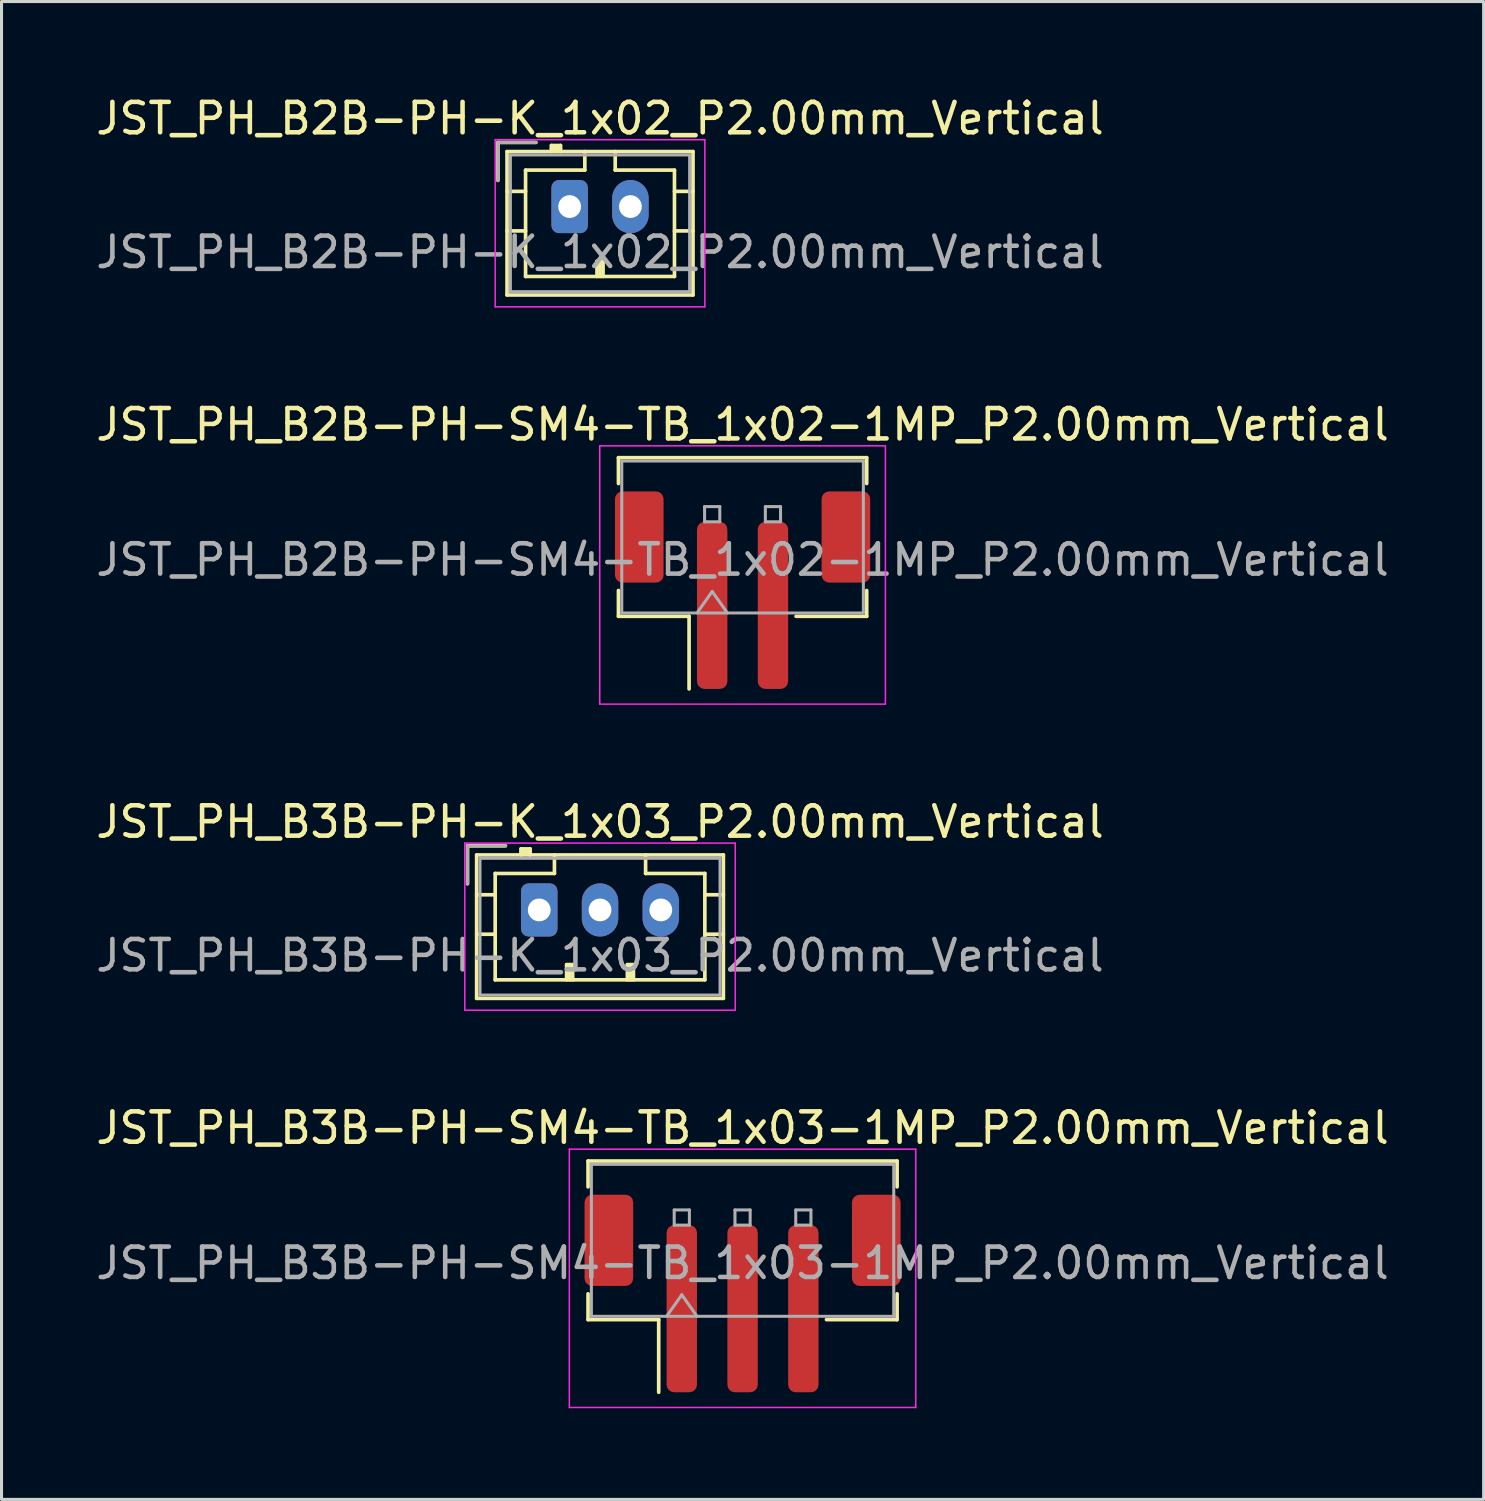
<source format=kicad_pcb>
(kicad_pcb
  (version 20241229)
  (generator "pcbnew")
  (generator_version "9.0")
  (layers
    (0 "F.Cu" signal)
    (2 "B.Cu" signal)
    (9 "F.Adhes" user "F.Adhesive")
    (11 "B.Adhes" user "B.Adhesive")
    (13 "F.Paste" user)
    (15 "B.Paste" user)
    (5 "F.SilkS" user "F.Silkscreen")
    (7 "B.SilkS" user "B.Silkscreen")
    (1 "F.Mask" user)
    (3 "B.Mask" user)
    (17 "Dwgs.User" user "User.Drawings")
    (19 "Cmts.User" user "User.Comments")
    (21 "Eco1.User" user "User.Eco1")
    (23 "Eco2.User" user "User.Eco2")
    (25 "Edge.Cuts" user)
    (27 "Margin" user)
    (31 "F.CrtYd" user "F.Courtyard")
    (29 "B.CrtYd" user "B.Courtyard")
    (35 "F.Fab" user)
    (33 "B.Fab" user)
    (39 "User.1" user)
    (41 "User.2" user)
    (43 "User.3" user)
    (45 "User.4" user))
  (footprint "JST_PH_B2B-PH-SM4-TB_1x02-1MP_P2.00mm_Vertical"
    (layer "F.Cu")
    (at 21.387 16.372)
    (property "Reference" "JST_PH_B2B-PH-SM4-TB_1x02-1MP_P2.00mm_Vertical" (at 0 -5.45 0) (layer "F.SilkS") (effects (font (size 1 1) (thickness 0.15))))
    (attr smd)
    (fp_line (start -4.085 -4.36) (end 4.085 -4.36) (stroke (width 0.12) (type solid)) (layer "F.SilkS"))
    (fp_line (start -4.085 -3.51) (end -4.085 -4.36) (stroke (width 0.12) (type solid)) (layer "F.SilkS"))
    (fp_line (start -4.085 0.01) (end -4.085 0.86) (stroke (width 0.12) (type solid)) (layer "F.SilkS"))
    (fp_line (start -4.085 0.86) (end -1.76 0.86) (stroke (width 0.12) (type solid)) (layer "F.SilkS"))
    (fp_line (start -1.76 0.86) (end -1.76 3.25) (stroke (width 0.12) (type solid)) (layer "F.SilkS"))
    (fp_line (start 4.085 -4.36) (end 4.085 -3.51) (stroke (width 0.12) (type solid)) (layer "F.SilkS"))
    (fp_line (start 4.085 0.01) (end 4.085 0.86) (stroke (width 0.12) (type solid)) (layer "F.SilkS"))
    (fp_line (start 4.085 0.86) (end 1.76 0.86) (stroke (width 0.12) (type solid)) (layer "F.SilkS"))
    (fp_line (start -4.7 -4.75) (end -4.7 3.75) (stroke (width 0.05) (type solid)) (layer "F.CrtYd"))
    (fp_line (start -4.7 3.75) (end 4.7 3.75) (stroke (width 0.05) (type solid)) (layer "F.CrtYd"))
    (fp_line (start 4.7 -4.75) (end -4.7 -4.75) (stroke (width 0.05) (type solid)) (layer "F.CrtYd"))
    (fp_line (start 4.7 3.75) (end 4.7 -4.75) (stroke (width 0.05) (type solid)) (layer "F.CrtYd"))
    (fp_line (start -3.975 -4.25) (end 3.975 -4.25) (stroke (width 0.1) (type solid)) (layer "F.Fab"))
    (fp_line (start -3.975 0.75) (end -3.975 -4.25) (stroke (width 0.1) (type solid)) (layer "F.Fab"))
    (fp_line (start -3.975 0.75) (end 3.975 0.75) (stroke (width 0.1) (type solid)) (layer "F.Fab"))
    (fp_line (start -1.5 0.75) (end -1 0.043) (stroke (width 0.1) (type solid)) (layer "F.Fab"))
    (fp_line (start -1.25 -2.75) (end -1.25 -2.25) (stroke (width 0.1) (type solid)) (layer "F.Fab"))
    (fp_line (start -1.25 -2.25) (end -0.75 -2.25) (stroke (width 0.1) (type solid)) (layer "F.Fab"))
    (fp_line (start -1 0.043) (end -0.5 0.75) (stroke (width 0.1) (type solid)) (layer "F.Fab"))
    (fp_line (start -0.75 -2.75) (end -1.25 -2.75) (stroke (width 0.1) (type solid)) (layer "F.Fab"))
    (fp_line (start -0.75 -2.25) (end -0.75 -2.75) (stroke (width 0.1) (type solid)) (layer "F.Fab"))
    (fp_line (start 0.75 -2.75) (end 0.75 -2.25) (stroke (width 0.1) (type solid)) (layer "F.Fab"))
    (fp_line (start 0.75 -2.25) (end 1.25 -2.25) (stroke (width 0.1) (type solid)) (layer "F.Fab"))
    (fp_line (start 1.25 -2.75) (end 0.75 -2.75) (stroke (width 0.1) (type solid)) (layer "F.Fab"))
    (fp_line (start 1.25 -2.25) (end 1.25 -2.75) (stroke (width 0.1) (type solid)) (layer "F.Fab"))
    (fp_line (start 3.975 0.75) (end 3.975 -4.25) (stroke (width 0.1) (type solid)) (layer "F.Fab"))
    (fp_text user "${REFERENCE}" (at 0 -1 0) (layer "F.Fab") (effects (font (size 1 1) (thickness 0.15))))
    (pad "1" smd roundrect (at -1 0.5) (size 1 5.5) (layers "F.Cu" "F.Mask" "F.Paste") (roundrect_rratio 0.25))
    (pad "2" smd roundrect (at 1 0.5) (size 1 5.5) (layers "F.Cu" "F.Mask" "F.Paste") (roundrect_rratio 0.25))
    (pad "MP" smd roundrect (at -3.4 -1.75) (size 1.6 3) (layers "F.Cu" "F.Mask" "F.Paste") (roundrect_rratio 0.156))
    (pad "MP" smd roundrect (at 3.4 -1.75) (size 1.6 3) (layers "F.Cu" "F.Mask" "F.Paste") (roundrect_rratio 0.156)))
  (footprint "JST_PH_B3B-PH-K_1x03_P2.00mm_Vertical"
    (layer "F.Cu")
    (at 14.696 26.895)
    (property "Reference" "JST_PH_B3B-PH-K_1x03_P2.00mm_Vertical" (at 2 -2.9 0) (layer "F.SilkS") (effects (font (size 1 1) (thickness 0.15))))
    (attr through_hole)
    (fp_line (start -2.36 -2.11) (end -2.36 -0.86) (stroke (width 0.12) (type solid)) (layer "F.SilkS"))
    (fp_line (start -2.06 -1.81) (end -2.06 2.91) (stroke (width 0.12) (type solid)) (layer "F.SilkS"))
    (fp_line (start -2.06 -0.5) (end -1.45 -0.5) (stroke (width 0.12) (type solid)) (layer "F.SilkS"))
    (fp_line (start -2.06 0.8) (end -1.45 0.8) (stroke (width 0.12) (type solid)) (layer "F.SilkS"))
    (fp_line (start -2.06 2.91) (end 6.06 2.91) (stroke (width 0.12) (type solid)) (layer "F.SilkS"))
    (fp_line (start -1.45 -1.2) (end -1.45 2.3) (stroke (width 0.12) (type solid)) (layer "F.SilkS"))
    (fp_line (start -1.45 2.3) (end 5.45 2.3) (stroke (width 0.12) (type solid)) (layer "F.SilkS"))
    (fp_line (start -1.11 -2.11) (end -2.36 -2.11) (stroke (width 0.12) (type solid)) (layer "F.SilkS"))
    (fp_line (start -0.6 -2.01) (end -0.6 -1.81) (stroke (width 0.12) (type solid)) (layer "F.SilkS"))
    (fp_line (start -0.3 -2.01) (end -0.6 -2.01) (stroke (width 0.12) (type solid)) (layer "F.SilkS"))
    (fp_line (start -0.3 -1.91) (end -0.6 -1.91) (stroke (width 0.12) (type solid)) (layer "F.SilkS"))
    (fp_line (start -0.3 -1.81) (end -0.3 -2.01) (stroke (width 0.12) (type solid)) (layer "F.SilkS"))
    (fp_line (start 0.5 -1.81) (end 0.5 -1.2) (stroke (width 0.12) (type solid)) (layer "F.SilkS"))
    (fp_line (start 0.5 -1.2) (end -1.45 -1.2) (stroke (width 0.12) (type solid)) (layer "F.SilkS"))
    (fp_line (start 0.9 1.8) (end 1.1 1.8) (stroke (width 0.12) (type solid)) (layer "F.SilkS"))
    (fp_line (start 0.9 2.3) (end 0.9 1.8) (stroke (width 0.12) (type solid)) (layer "F.SilkS"))
    (fp_line (start 1 2.3) (end 1 1.8) (stroke (width 0.12) (type solid)) (layer "F.SilkS"))
    (fp_line (start 1.1 1.8) (end 1.1 2.3) (stroke (width 0.12) (type solid)) (layer "F.SilkS"))
    (fp_line (start 2.9 1.8) (end 3.1 1.8) (stroke (width 0.12) (type solid)) (layer "F.SilkS"))
    (fp_line (start 2.9 2.3) (end 2.9 1.8) (stroke (width 0.12) (type solid)) (layer "F.SilkS"))
    (fp_line (start 3 2.3) (end 3 1.8) (stroke (width 0.12) (type solid)) (layer "F.SilkS"))
    (fp_line (start 3.1 1.8) (end 3.1 2.3) (stroke (width 0.12) (type solid)) (layer "F.SilkS"))
    (fp_line (start 3.5 -1.2) (end 3.5 -1.81) (stroke (width 0.12) (type solid)) (layer "F.SilkS"))
    (fp_line (start 5.45 -1.2) (end 3.5 -1.2) (stroke (width 0.12) (type solid)) (layer "F.SilkS"))
    (fp_line (start 5.45 2.3) (end 5.45 -1.2) (stroke (width 0.12) (type solid)) (layer "F.SilkS"))
    (fp_line (start 6.06 -1.81) (end -2.06 -1.81) (stroke (width 0.12) (type solid)) (layer "F.SilkS"))
    (fp_line (start 6.06 -0.5) (end 5.45 -0.5) (stroke (width 0.12) (type solid)) (layer "F.SilkS"))
    (fp_line (start 6.06 0.8) (end 5.45 0.8) (stroke (width 0.12) (type solid)) (layer "F.SilkS"))
    (fp_line (start 6.06 2.91) (end 6.06 -1.81) (stroke (width 0.12) (type solid)) (layer "F.SilkS"))
    (fp_line (start -2.45 -2.2) (end -2.45 3.3) (stroke (width 0.05) (type solid)) (layer "F.CrtYd"))
    (fp_line (start -2.45 3.3) (end 6.45 3.3) (stroke (width 0.05) (type solid)) (layer "F.CrtYd"))
    (fp_line (start 6.45 -2.2) (end -2.45 -2.2) (stroke (width 0.05) (type solid)) (layer "F.CrtYd"))
    (fp_line (start 6.45 3.3) (end 6.45 -2.2) (stroke (width 0.05) (type solid)) (layer "F.CrtYd"))
    (fp_line (start -2.36 -2.11) (end -2.36 -0.86) (stroke (width 0.1) (type solid)) (layer "F.Fab"))
    (fp_line (start -1.95 -1.7) (end -1.95 2.8) (stroke (width 0.1) (type solid)) (layer "F.Fab"))
    (fp_line (start -1.95 2.8) (end 5.95 2.8) (stroke (width 0.1) (type solid)) (layer "F.Fab"))
    (fp_line (start -1.11 -2.11) (end -2.36 -2.11) (stroke (width 0.1) (type solid)) (layer "F.Fab"))
    (fp_line (start 5.95 -1.7) (end -1.95 -1.7) (stroke (width 0.1) (type solid)) (layer "F.Fab"))
    (fp_line (start 5.95 2.8) (end 5.95 -1.7) (stroke (width 0.1) (type solid)) (layer "F.Fab"))
    (fp_text user "${REFERENCE}" (at 2 1.5 0) (layer "F.Fab") (effects (font (size 1 1) (thickness 0.15))))
    (pad "1" thru_hole roundrect (at 0 0) (size 1.2 1.75) (drill 0.75) (layers "*.Cu" "*.Mask") (roundrect_rratio 0.208))
    (pad "2" thru_hole oval (at 2 0) (size 1.2 1.75) (drill 0.75) (layers "*.Cu" "*.Mask"))
    (pad "3" thru_hole oval (at 4 0) (size 1.2 1.75) (drill 0.75) (layers "*.Cu" "*.Mask")))
  (footprint "JST_PH_B3B-PH-SM4-TB_1x03-1MP_P2.00mm_Vertical"
    (layer "F.Cu")
    (at 21.387 39.518)
    (property "Reference" "JST_PH_B3B-PH-SM4-TB_1x03-1MP_P2.00mm_Vertical" (at 0 -5.45 0) (layer "F.SilkS") (effects (font (size 1 1) (thickness 0.15))))
    (attr smd)
    (fp_line (start -5.085 -4.36) (end 5.085 -4.36) (stroke (width 0.12) (type solid)) (layer "F.SilkS"))
    (fp_line (start -5.085 -3.51) (end -5.085 -4.36) (stroke (width 0.12) (type solid)) (layer "F.SilkS"))
    (fp_line (start -5.085 0.01) (end -5.085 0.86) (stroke (width 0.12) (type solid)) (layer "F.SilkS"))
    (fp_line (start -5.085 0.86) (end -2.76 0.86) (stroke (width 0.12) (type solid)) (layer "F.SilkS"))
    (fp_line (start -2.76 0.86) (end -2.76 3.25) (stroke (width 0.12) (type solid)) (layer "F.SilkS"))
    (fp_line (start 5.085 -4.36) (end 5.085 -3.51) (stroke (width 0.12) (type solid)) (layer "F.SilkS"))
    (fp_line (start 5.085 0.01) (end 5.085 0.86) (stroke (width 0.12) (type solid)) (layer "F.SilkS"))
    (fp_line (start 5.085 0.86) (end 2.76 0.86) (stroke (width 0.12) (type solid)) (layer "F.SilkS"))
    (fp_line (start -5.7 -4.75) (end -5.7 3.75) (stroke (width 0.05) (type solid)) (layer "F.CrtYd"))
    (fp_line (start -5.7 3.75) (end 5.7 3.75) (stroke (width 0.05) (type solid)) (layer "F.CrtYd"))
    (fp_line (start 5.7 -4.75) (end -5.7 -4.75) (stroke (width 0.05) (type solid)) (layer "F.CrtYd"))
    (fp_line (start 5.7 3.75) (end 5.7 -4.75) (stroke (width 0.05) (type solid)) (layer "F.CrtYd"))
    (fp_line (start -4.975 -4.25) (end 4.975 -4.25) (stroke (width 0.1) (type solid)) (layer "F.Fab"))
    (fp_line (start -4.975 0.75) (end -4.975 -4.25) (stroke (width 0.1) (type solid)) (layer "F.Fab"))
    (fp_line (start -4.975 0.75) (end 4.975 0.75) (stroke (width 0.1) (type solid)) (layer "F.Fab"))
    (fp_line (start -2.5 0.75) (end -2 0.043) (stroke (width 0.1) (type solid)) (layer "F.Fab"))
    (fp_line (start -2.25 -2.75) (end -2.25 -2.25) (stroke (width 0.1) (type solid)) (layer "F.Fab"))
    (fp_line (start -2.25 -2.25) (end -1.75 -2.25) (stroke (width 0.1) (type solid)) (layer "F.Fab"))
    (fp_line (start -2 0.043) (end -1.5 0.75) (stroke (width 0.1) (type solid)) (layer "F.Fab"))
    (fp_line (start -1.75 -2.75) (end -2.25 -2.75) (stroke (width 0.1) (type solid)) (layer "F.Fab"))
    (fp_line (start -1.75 -2.25) (end -1.75 -2.75) (stroke (width 0.1) (type solid)) (layer "F.Fab"))
    (fp_line (start -0.25 -2.75) (end -0.25 -2.25) (stroke (width 0.1) (type solid)) (layer "F.Fab"))
    (fp_line (start -0.25 -2.25) (end 0.25 -2.25) (stroke (width 0.1) (type solid)) (layer "F.Fab"))
    (fp_line (start 0.25 -2.75) (end -0.25 -2.75) (stroke (width 0.1) (type solid)) (layer "F.Fab"))
    (fp_line (start 0.25 -2.25) (end 0.25 -2.75) (stroke (width 0.1) (type solid)) (layer "F.Fab"))
    (fp_line (start 1.75 -2.75) (end 1.75 -2.25) (stroke (width 0.1) (type solid)) (layer "F.Fab"))
    (fp_line (start 1.75 -2.25) (end 2.25 -2.25) (stroke (width 0.1) (type solid)) (layer "F.Fab"))
    (fp_line (start 2.25 -2.75) (end 1.75 -2.75) (stroke (width 0.1) (type solid)) (layer "F.Fab"))
    (fp_line (start 2.25 -2.25) (end 2.25 -2.75) (stroke (width 0.1) (type solid)) (layer "F.Fab"))
    (fp_line (start 4.975 0.75) (end 4.975 -4.25) (stroke (width 0.1) (type solid)) (layer "F.Fab"))
    (fp_text user "${REFERENCE}" (at 0 -1 0) (layer "F.Fab") (effects (font (size 1 1) (thickness 0.15))))
    (pad "1" smd roundrect (at -2 0.5) (size 1 5.5) (layers "F.Cu" "F.Mask" "F.Paste") (roundrect_rratio 0.25))
    (pad "2" smd roundrect (at 0 0.5) (size 1 5.5) (layers "F.Cu" "F.Mask" "F.Paste") (roundrect_rratio 0.25))
    (pad "3" smd roundrect (at 2 0.5) (size 1 5.5) (layers "F.Cu" "F.Mask" "F.Paste") (roundrect_rratio 0.25))
    (pad "MP" smd roundrect (at -4.4 -1.75) (size 1.6 3) (layers "F.Cu" "F.Mask" "F.Paste") (roundrect_rratio 0.156))
    (pad "MP" smd roundrect (at 4.4 -1.75) (size 1.6 3) (layers "F.Cu" "F.Mask" "F.Paste") (roundrect_rratio 0.156)))
  (footprint "JST_PH_B2B-PH-K_1x02_P2.00mm_Vertical"
    (layer "F.Cu")
    (at 15.696 3.748)
    (property "Reference" "JST_PH_B2B-PH-K_1x02_P2.00mm_Vertical" (at 1 -2.9 0) (layer "F.SilkS") (effects (font (size 1 1) (thickness 0.15))))
    (attr through_hole)
    (fp_line (start -2.36 -2.11) (end -2.36 -0.86) (stroke (width 0.12) (type solid)) (layer "F.SilkS"))
    (fp_line (start -2.06 -1.81) (end -2.06 2.91) (stroke (width 0.12) (type solid)) (layer "F.SilkS"))
    (fp_line (start -2.06 -0.5) (end -1.45 -0.5) (stroke (width 0.12) (type solid)) (layer "F.SilkS"))
    (fp_line (start -2.06 0.8) (end -1.45 0.8) (stroke (width 0.12) (type solid)) (layer "F.SilkS"))
    (fp_line (start -2.06 2.91) (end 4.06 2.91) (stroke (width 0.12) (type solid)) (layer "F.SilkS"))
    (fp_line (start -1.45 -1.2) (end -1.45 2.3) (stroke (width 0.12) (type solid)) (layer "F.SilkS"))
    (fp_line (start -1.45 2.3) (end 3.45 2.3) (stroke (width 0.12) (type solid)) (layer "F.SilkS"))
    (fp_line (start -1.11 -2.11) (end -2.36 -2.11) (stroke (width 0.12) (type solid)) (layer "F.SilkS"))
    (fp_line (start -0.6 -2.01) (end -0.6 -1.81) (stroke (width 0.12) (type solid)) (layer "F.SilkS"))
    (fp_line (start -0.3 -2.01) (end -0.6 -2.01) (stroke (width 0.12) (type solid)) (layer "F.SilkS"))
    (fp_line (start -0.3 -1.91) (end -0.6 -1.91) (stroke (width 0.12) (type solid)) (layer "F.SilkS"))
    (fp_line (start -0.3 -1.81) (end -0.3 -2.01) (stroke (width 0.12) (type solid)) (layer "F.SilkS"))
    (fp_line (start 0.5 -1.81) (end 0.5 -1.2) (stroke (width 0.12) (type solid)) (layer "F.SilkS"))
    (fp_line (start 0.5 -1.2) (end -1.45 -1.2) (stroke (width 0.12) (type solid)) (layer "F.SilkS"))
    (fp_line (start 0.9 1.8) (end 1.1 1.8) (stroke (width 0.12) (type solid)) (layer "F.SilkS"))
    (fp_line (start 0.9 2.3) (end 0.9 1.8) (stroke (width 0.12) (type solid)) (layer "F.SilkS"))
    (fp_line (start 1 2.3) (end 1 1.8) (stroke (width 0.12) (type solid)) (layer "F.SilkS"))
    (fp_line (start 1.1 1.8) (end 1.1 2.3) (stroke (width 0.12) (type solid)) (layer "F.SilkS"))
    (fp_line (start 1.5 -1.2) (end 1.5 -1.81) (stroke (width 0.12) (type solid)) (layer "F.SilkS"))
    (fp_line (start 3.45 -1.2) (end 1.5 -1.2) (stroke (width 0.12) (type solid)) (layer "F.SilkS"))
    (fp_line (start 3.45 2.3) (end 3.45 -1.2) (stroke (width 0.12) (type solid)) (layer "F.SilkS"))
    (fp_line (start 4.06 -1.81) (end -2.06 -1.81) (stroke (width 0.12) (type solid)) (layer "F.SilkS"))
    (fp_line (start 4.06 -0.5) (end 3.45 -0.5) (stroke (width 0.12) (type solid)) (layer "F.SilkS"))
    (fp_line (start 4.06 0.8) (end 3.45 0.8) (stroke (width 0.12) (type solid)) (layer "F.SilkS"))
    (fp_line (start 4.06 2.91) (end 4.06 -1.81) (stroke (width 0.12) (type solid)) (layer "F.SilkS"))
    (fp_line (start -2.45 -2.2) (end -2.45 3.3) (stroke (width 0.05) (type solid)) (layer "F.CrtYd"))
    (fp_line (start -2.45 3.3) (end 4.45 3.3) (stroke (width 0.05) (type solid)) (layer "F.CrtYd"))
    (fp_line (start 4.45 -2.2) (end -2.45 -2.2) (stroke (width 0.05) (type solid)) (layer "F.CrtYd"))
    (fp_line (start 4.45 3.3) (end 4.45 -2.2) (stroke (width 0.05) (type solid)) (layer "F.CrtYd"))
    (fp_line (start -2.36 -2.11) (end -2.36 -0.86) (stroke (width 0.1) (type solid)) (layer "F.Fab"))
    (fp_line (start -1.95 -1.7) (end -1.95 2.8) (stroke (width 0.1) (type solid)) (layer "F.Fab"))
    (fp_line (start -1.95 2.8) (end 3.95 2.8) (stroke (width 0.1) (type solid)) (layer "F.Fab"))
    (fp_line (start -1.11 -2.11) (end -2.36 -2.11) (stroke (width 0.1) (type solid)) (layer "F.Fab"))
    (fp_line (start 3.95 -1.7) (end -1.95 -1.7) (stroke (width 0.1) (type solid)) (layer "F.Fab"))
    (fp_line (start 3.95 2.8) (end 3.95 -1.7) (stroke (width 0.1) (type solid)) (layer "F.Fab"))
    (fp_text user "${REFERENCE}" (at 1 1.5 0) (layer "F.Fab") (effects (font (size 1 1) (thickness 0.15))))
    (pad "1" thru_hole roundrect (at 0 0) (size 1.2 1.75) (drill 0.75) (layers "*.Cu" "*.Mask") (roundrect_rratio 0.208))
    (pad "2" thru_hole oval (at 2 0) (size 1.2 1.75) (drill 0.75) (layers "*.Cu" "*.Mask")))
  (gr_rect
    (start -3 -3)
    (end 45.774 46.293)
    (stroke (width 0.1) (type default))
    (fill no)
    (layer "Edge.Cuts")))
</source>
